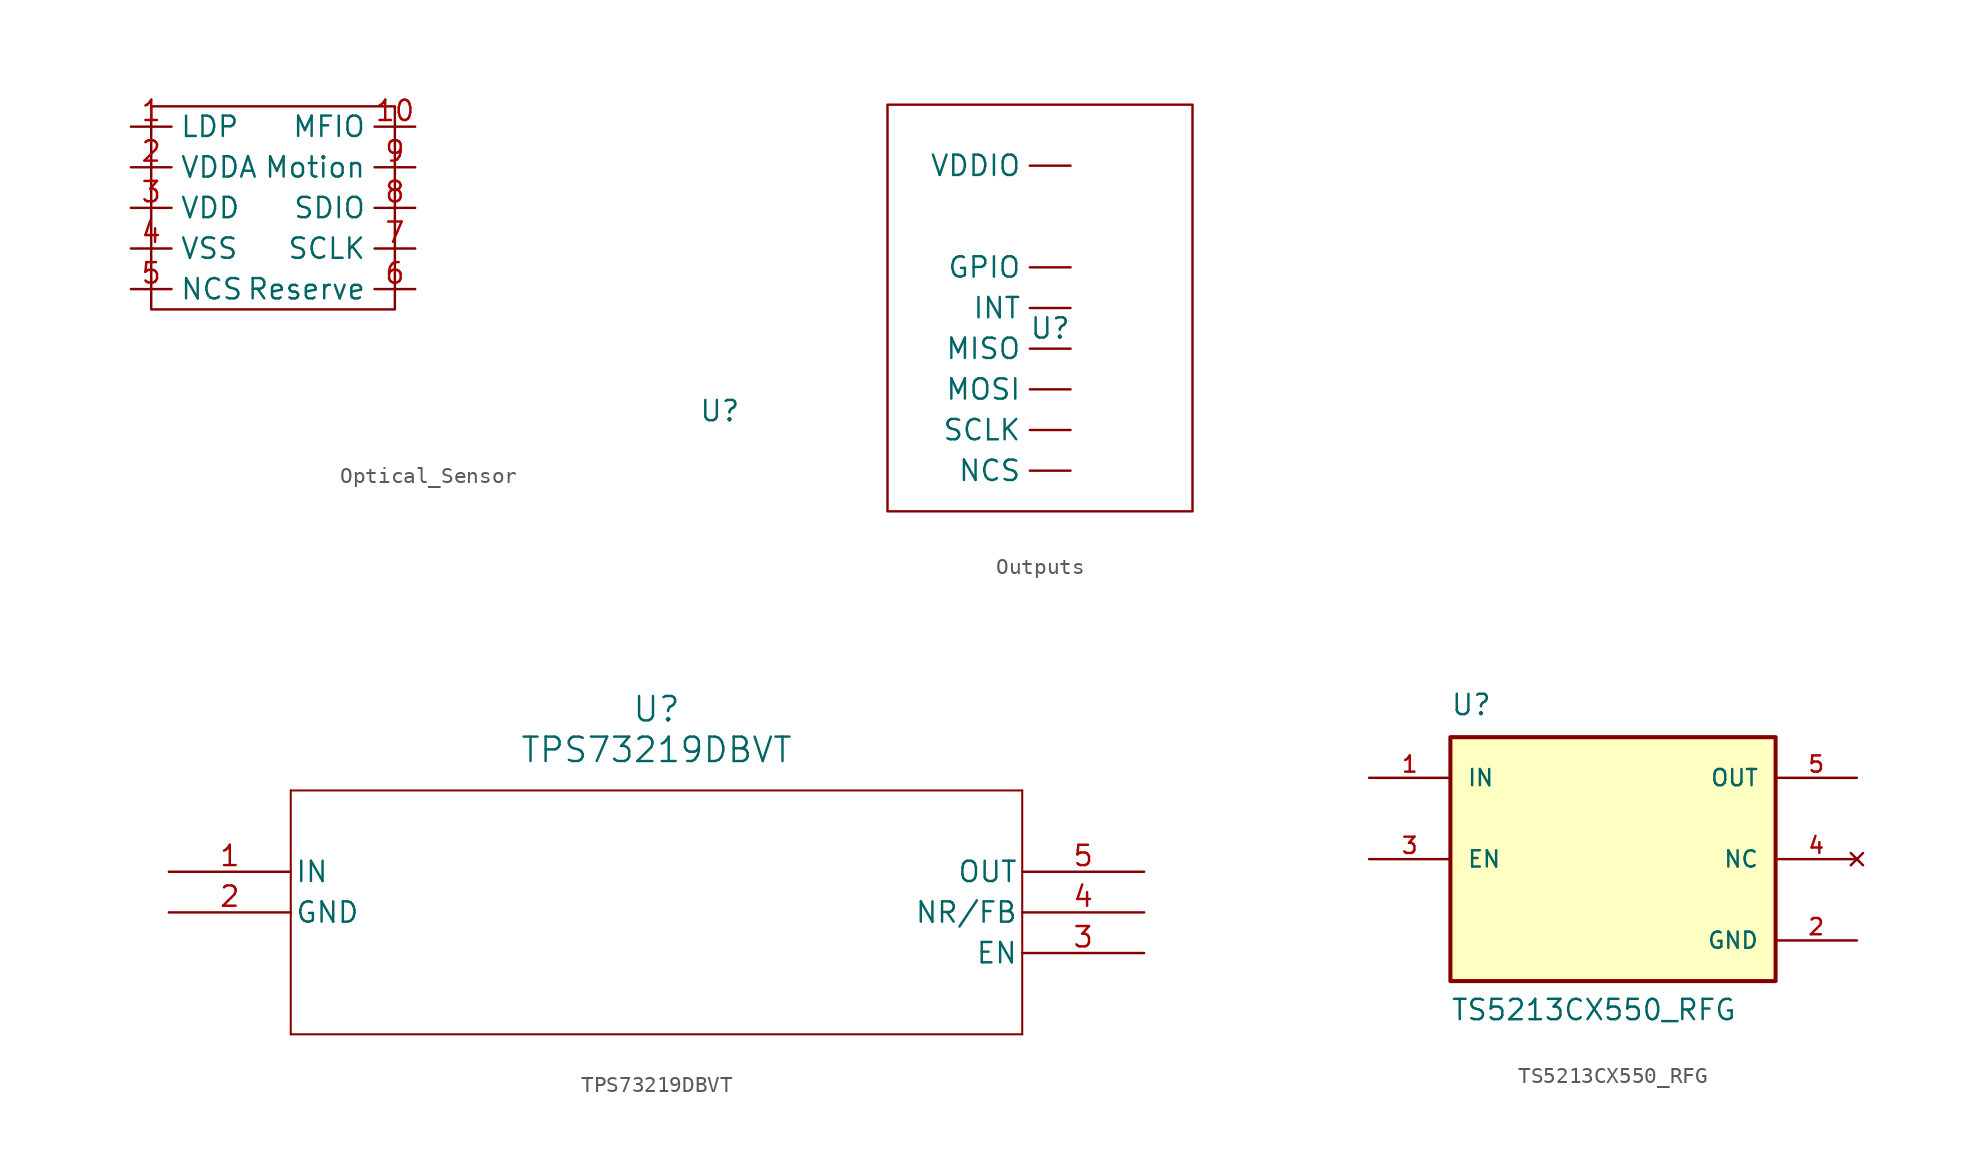
<source format=kicad_sym>
(kicad_symbol_lib
  (version 20231120)
  (generator "kicad_symbol_editor")
  (generator_version "8.0")
  (symbol "Optical_Sensor"
    (property "Reference" "U"
      (at 0 0 0)
      (effects (font (size 1.27 1.27))))
    (property "Value" ""
      (at 0 0 0)
      (effects (font (size 1.27 1.27))))
    (symbol "Optical_Sensor_0_1"
      (polyline (pts (xy -35.56 19.05) (xy -20.32 19.05) (xy -20.32 6.35) (xy -35.56 6.35) (xy -35.56 7.62) (xy -35.56 19.05)) (stroke (width 0) (type default)) (fill (type none))))
    (symbol "Optical_Sensor_1_1"
      (pin bidirectional line (at -36.83 17.78 0) (length 2.54) (name "LDP" (effects (font (size 1.27 1.27)))) (number "1" (effects (font (size 1.27 1.27)))))
      (pin input line (at -19.05 17.78 180) (length 2.54) (name "MFIO" (effects (font (size 1.27 1.27)))) (number "10" (effects (font (size 1.27 1.27)))))
      (pin bidirectional line (at -36.83 15.24 0) (length 2.54) (name "VDDA" (effects (font (size 1.27 1.27)))) (number "2" (effects (font (size 1.27 1.27)))))
      (pin bidirectional line (at -36.83 12.7 0) (length 2.54) (name "VDD" (effects (font (size 1.27 1.27)))) (number "3" (effects (font (size 1.27 1.27)))))
      (pin output line (at -36.83 10.16 0) (length 2.54) (name "VSS" (effects (font (size 1.27 1.27)))) (number "4" (effects (font (size 1.27 1.27)))))
      (pin bidirectional line (at -36.83 7.62 0) (length 2.54) (name "NCS" (effects (font (size 1.27 1.27)))) (number "5" (effects (font (size 1.27 1.27)))))
      (pin output line (at -19.05 7.62 180) (length 2.54) (name "Reserve" (effects (font (size 1.27 1.27)))) (number "6" (effects (font (size 1.27 1.27)))))
      (pin input line (at -19.05 10.16 180) (length 2.54) (name "SCLK" (effects (font (size 1.27 1.27)))) (number "7" (effects (font (size 1.27 1.27)))))
      (pin bidirectional line (at -19.05 12.7 180) (length 2.54) (name "SDIO" (effects (font (size 1.27 1.27)))) (number "8" (effects (font (size 1.27 1.27)))))
      (pin output line (at -19.05 15.24 180) (length 2.54) (name "Motion" (effects (font (size 1.27 1.27)))) (number "9" (effects (font (size 1.27 1.27)))))))
  (symbol "Outputs"
    (property "Reference" "U"
      (at 0 0 0)
      (effects (font (size 1.27 1.27))))
    (property "Value" ""
      (at 0 0 0)
      (effects (font (size 1.27 1.27))))
    (symbol "Outputs_0_1"
      (rectangle (start -10.16 13.97) (end 8.89 -11.43) (stroke (width 0) (type default)) (fill (type none))))
    (symbol "Outputs_1_1"
      (pin output line (at 1.27 3.81 180) (length 2.54) (name "GPIO" (effects (font (size 1.27 1.27)))) (number "" (effects (font (size 1.27 1.27)))))
      (pin output line (at 1.27 1.27 180) (length 2.54) (name "INT" (effects (font (size 1.27 1.27)))) (number "" (effects (font (size 1.27 1.27)))))
      (pin output line (at 1.27 -1.27 180) (length 2.54) (name "MISO" (effects (font (size 1.27 1.27)))) (number "" (effects (font (size 1.27 1.27)))))
      (pin output line (at 1.27 -3.81 180) (length 2.54) (name "MOSI" (effects (font (size 1.27 1.27)))) (number "" (effects (font (size 1.27 1.27)))))
      (pin output line (at 1.27 -8.89 180) (length 2.54) (name "NCS" (effects (font (size 1.27 1.27)))) (number "" (effects (font (size 1.27 1.27)))))
      (pin output line (at 1.27 -6.35 180) (length 2.54) (name "SCLK" (effects (font (size 1.27 1.27)))) (number "" (effects (font (size 1.27 1.27)))))
      (pin output line (at 1.27 10.16 180) (length 2.54) (name "VDDIO" (effects (font (size 1.27 1.27)))) (number "" (effects (font (size 1.27 1.27)))))))
  (symbol "TPS73219DBVT"
    (pin_names
      (offset 0.254))
    (property "Reference" "U"
      (at 30.48 10.16 0)
      (effects (font (size 1.524 1.524))))
    (property "Value" "TPS73219DBVT"
      (at 30.48 7.62 0)
      (effects (font (size 1.524 1.524))))
    (property "ki_locked" ""
      (at 0 0 0)
      (effects (font (size 1.27 1.27))))
    (symbol "TPS73219DBVT_0_1"
      (polyline (pts (xy 7.62 -10.16) (xy 53.34 -10.16)) (stroke (width 0.127) (type default)) (fill (type none)))
      (polyline (pts (xy 7.62 5.08) (xy 7.62 -10.16)) (stroke (width 0.127) (type default)) (fill (type none)))
      (polyline (pts (xy 53.34 -10.16) (xy 53.34 5.08)) (stroke (width 0.127) (type default)) (fill (type none)))
      (polyline (pts (xy 53.34 5.08) (xy 7.62 5.08)) (stroke (width 0.127) (type default)) (fill (type none)))
      (pin input line (at 0 0 0) (length 7.62) (name "IN" (effects (font (size 1.27 1.27)))) (number "1" (effects (font (size 1.27 1.27)))))
      (pin power_in line (at 0 -2.54 0) (length 7.62) (name "GND" (effects (font (size 1.27 1.27)))) (number "2" (effects (font (size 1.27 1.27)))))
      (pin unspecified line (at 60.96 -5.08 180) (length 7.62) (name "EN" (effects (font (size 1.27 1.27)))) (number "3" (effects (font (size 1.27 1.27)))))
      (pin bidirectional line (at 60.96 -2.54 180) (length 7.62) (name "NR/FB" (effects (font (size 1.27 1.27)))) (number "4" (effects (font (size 1.27 1.27)))))
      (pin output line (at 60.96 0 180) (length 7.62) (name "OUT" (effects (font (size 1.27 1.27)))) (number "5" (effects (font (size 1.27 1.27)))))))
  (symbol "TS5213CX550_RFG"
    (pin_names
      (offset 1.016))
    (property "Reference" "U"
      (at -10.164 8.898 0)
      (effects (font (size 1.27 1.27)) (justify left bottom)))
    (property "Value" "TS5213CX550_RFG"
      (at -10.161 -10.163 0)
      (effects (font (size 1.27 1.27)) (justify left bottom)))
    (symbol "TS5213CX550_RFG_0_0"
      (rectangle (start -10.16 -7.62) (end 10.16 7.62) (stroke (width 0.254) (type default)) (fill (type background)))
      (pin input line (at -15.24 5.08 0) (length 5.08) (name "IN" (effects (font (size 1.016 1.016)))) (number "1" (effects (font (size 1.016 1.016)))))
      (pin power_in line (at 15.24 -5.08 180) (length 5.08) (name "GND" (effects (font (size 1.016 1.016)))) (number "2" (effects (font (size 1.016 1.016)))))
      (pin input line (at -15.24 0 0) (length 5.08) (name "EN" (effects (font (size 1.016 1.016)))) (number "3" (effects (font (size 1.016 1.016)))))
      (pin no_connect line (at 15.24 0 180) (length 5.08) (name "NC" (effects (font (size 1.016 1.016)))) (number "4" (effects (font (size 1.016 1.016)))))
      (pin output line (at 15.24 5.08 180) (length 5.08) (name "OUT" (effects (font (size 1.016 1.016)))) (number "5" (effects (font (size 1.016 1.016))))))))
</source>
